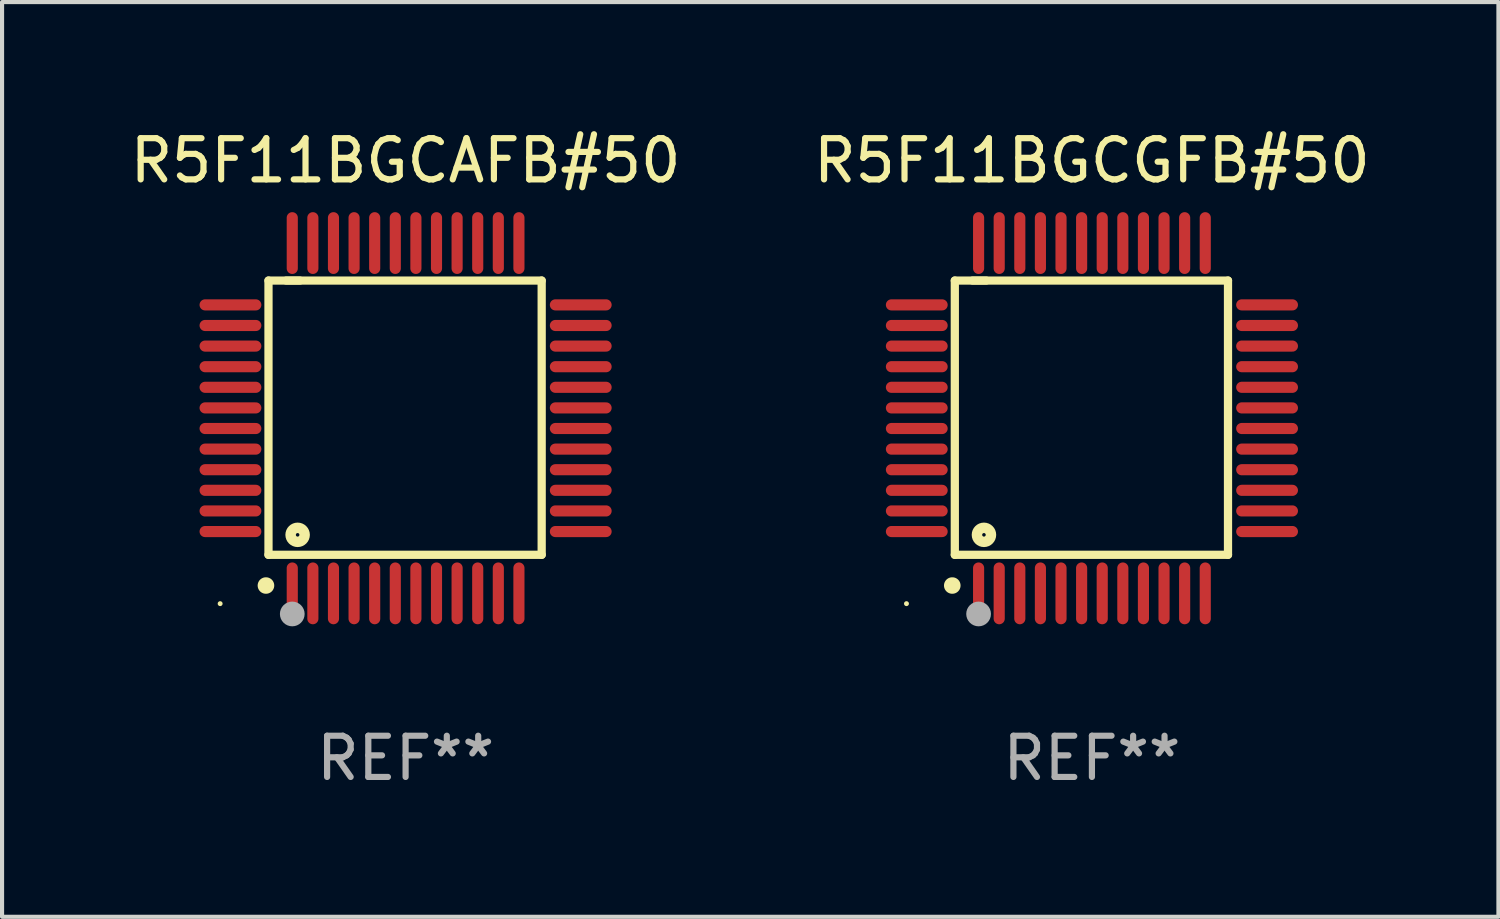
<source format=kicad_pcb>
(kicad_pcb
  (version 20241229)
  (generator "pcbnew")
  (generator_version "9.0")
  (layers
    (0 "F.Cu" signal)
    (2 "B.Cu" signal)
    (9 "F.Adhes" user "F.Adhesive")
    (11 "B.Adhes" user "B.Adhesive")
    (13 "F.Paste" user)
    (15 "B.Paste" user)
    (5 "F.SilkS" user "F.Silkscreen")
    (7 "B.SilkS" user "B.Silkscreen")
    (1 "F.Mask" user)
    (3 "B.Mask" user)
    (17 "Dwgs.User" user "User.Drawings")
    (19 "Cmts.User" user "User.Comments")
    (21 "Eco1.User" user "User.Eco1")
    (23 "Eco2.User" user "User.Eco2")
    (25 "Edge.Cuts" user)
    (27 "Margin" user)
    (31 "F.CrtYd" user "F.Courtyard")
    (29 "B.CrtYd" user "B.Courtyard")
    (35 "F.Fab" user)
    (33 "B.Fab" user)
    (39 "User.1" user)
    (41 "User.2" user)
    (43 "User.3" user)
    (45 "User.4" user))
  (footprint "R5F11BGCGFB#50"
    (layer "F.Cu")
    (at 23.446 7.098)
    (property "Reference" "R5F11BGCGFB#50" (at 0 -6.25 0) (layer "F.SilkS") (effects (font (size 1 1) (thickness 0.15))))
    (attr through_hole)
    (fp_line (start -3.327 -3.34) (end -2.565 -3.34) (stroke (width 0.2) (type solid)) (layer "F.SilkS"))
    (fp_line (start -3.327 3.315) (end -3.327 -3.34) (stroke (width 0.2) (type solid)) (layer "F.SilkS"))
    (fp_line (start -2.896 -3.34) (end 3.302 -3.34) (stroke (width 0.2) (type solid)) (layer "F.SilkS"))
    (fp_line (start 3.302 -3.34) (end 3.302 3.315) (stroke (width 0.2) (type solid)) (layer "F.SilkS"))
    (fp_line (start 3.302 3.315) (end -3.327 3.315) (stroke (width 0.2) (type solid)) (layer "F.SilkS"))
    (fp_arc (start -3.389992 4.059995) (mid -3.388722 4.059991) (end -3.387452 4.059995) (stroke (width 0.4) (type solid)) (layer "F.SilkS"))
    (fp_circle (center -4.5 4.5) (end -4.47 4.5) (stroke (width 0.06) (type solid)) (fill no) (layer "F.SilkS"))
    (fp_circle (center -2.62 2.83) (end -2.45 2.83) (stroke (width 0.254) (type solid)) (fill no) (layer "F.SilkS"))
    (fp_circle (center -2.75 4.75) (end -2.6 4.75) (stroke (width 0.3) (type solid)) (fill no) (layer "F.Fab"))
    (fp_text user "REF**" (at 0 8.25 0) (layer "F.Fab") (effects (font (size 1 1) (thickness 0.15))))
    (pad "1" smd oval (at -2.75 4.25) (size 0.27 1.5) (layers "F.Cu" "F.Mask" "F.Paste"))
    (pad "2" smd oval (at -2.25 4.25) (size 0.27 1.5) (layers "F.Cu" "F.Mask" "F.Paste"))
    (pad "3" smd oval (at -1.75 4.25) (size 0.27 1.5) (layers "F.Cu" "F.Mask" "F.Paste"))
    (pad "4" smd oval (at -1.25 4.25) (size 0.27 1.5) (layers "F.Cu" "F.Mask" "F.Paste"))
    (pad "5" smd oval (at -0.75 4.25) (size 0.27 1.5) (layers "F.Cu" "F.Mask" "F.Paste"))
    (pad "6" smd oval (at -0.25 4.25) (size 0.27 1.5) (layers "F.Cu" "F.Mask" "F.Paste"))
    (pad "7" smd oval (at 0.25 4.25) (size 0.27 1.5) (layers "F.Cu" "F.Mask" "F.Paste"))
    (pad "8" smd oval (at 0.75 4.25) (size 0.27 1.5) (layers "F.Cu" "F.Mask" "F.Paste"))
    (pad "9" smd oval (at 1.25 4.25) (size 0.27 1.5) (layers "F.Cu" "F.Mask" "F.Paste"))
    (pad "10" smd oval (at 1.75 4.25) (size 0.27 1.5) (layers "F.Cu" "F.Mask" "F.Paste"))
    (pad "11" smd oval (at 2.25 4.25) (size 0.27 1.5) (layers "F.Cu" "F.Mask" "F.Paste"))
    (pad "12" smd oval (at 2.75 4.25) (size 0.27 1.5) (layers "F.Cu" "F.Mask" "F.Paste"))
    (pad "13" smd oval (at 4.25 2.75) (size 1.5 0.27) (layers "F.Cu" "F.Mask" "F.Paste"))
    (pad "14" smd oval (at 4.25 2.25) (size 1.5 0.27) (layers "F.Cu" "F.Mask" "F.Paste"))
    (pad "15" smd oval (at 4.25 1.75) (size 1.5 0.27) (layers "F.Cu" "F.Mask" "F.Paste"))
    (pad "16" smd oval (at 4.25 1.25) (size 1.5 0.27) (layers "F.Cu" "F.Mask" "F.Paste"))
    (pad "17" smd oval (at 4.25 0.75) (size 1.5 0.27) (layers "F.Cu" "F.Mask" "F.Paste"))
    (pad "18" smd oval (at 4.25 0.25) (size 1.5 0.27) (layers "F.Cu" "F.Mask" "F.Paste"))
    (pad "19" smd oval (at 4.25 -0.25) (size 1.5 0.27) (layers "F.Cu" "F.Mask" "F.Paste"))
    (pad "20" smd oval (at 4.25 -0.75) (size 1.5 0.27) (layers "F.Cu" "F.Mask" "F.Paste"))
    (pad "21" smd oval (at 4.25 -1.25) (size 1.5 0.27) (layers "F.Cu" "F.Mask" "F.Paste"))
    (pad "22" smd oval (at 4.25 -1.75) (size 1.5 0.27) (layers "F.Cu" "F.Mask" "F.Paste"))
    (pad "23" smd oval (at 4.25 -2.25) (size 1.5 0.27) (layers "F.Cu" "F.Mask" "F.Paste"))
    (pad "24" smd oval (at 4.25 -2.75) (size 1.5 0.27) (layers "F.Cu" "F.Mask" "F.Paste"))
    (pad "25" smd oval (at 2.75 -4.25) (size 0.27 1.5) (layers "F.Cu" "F.Mask" "F.Paste"))
    (pad "26" smd oval (at 2.25 -4.25) (size 0.27 1.5) (layers "F.Cu" "F.Mask" "F.Paste"))
    (pad "27" smd oval (at 1.75 -4.25) (size 0.27 1.5) (layers "F.Cu" "F.Mask" "F.Paste"))
    (pad "28" smd oval (at 1.25 -4.25) (size 0.27 1.5) (layers "F.Cu" "F.Mask" "F.Paste"))
    (pad "29" smd oval (at 0.75 -4.25) (size 0.27 1.5) (layers "F.Cu" "F.Mask" "F.Paste"))
    (pad "30" smd oval (at 0.25 -4.25) (size 0.27 1.5) (layers "F.Cu" "F.Mask" "F.Paste"))
    (pad "31" smd oval (at -0.25 -4.25) (size 0.27 1.5) (layers "F.Cu" "F.Mask" "F.Paste"))
    (pad "32" smd oval (at -0.75 -4.25) (size 0.27 1.5) (layers "F.Cu" "F.Mask" "F.Paste"))
    (pad "33" smd oval (at -1.25 -4.25) (size 0.27 1.5) (layers "F.Cu" "F.Mask" "F.Paste"))
    (pad "34" smd oval (at -1.75 -4.25) (size 0.27 1.5) (layers "F.Cu" "F.Mask" "F.Paste"))
    (pad "35" smd oval (at -2.25 -4.25) (size 0.27 1.5) (layers "F.Cu" "F.Mask" "F.Paste"))
    (pad "36" smd oval (at -2.75 -4.25) (size 0.27 1.5) (layers "F.Cu" "F.Mask" "F.Paste"))
    (pad "37" smd oval (at -4.25 -2.75) (size 1.5 0.27) (layers "F.Cu" "F.Mask" "F.Paste"))
    (pad "38" smd oval (at -4.25 -2.25) (size 1.5 0.27) (layers "F.Cu" "F.Mask" "F.Paste"))
    (pad "39" smd oval (at -4.25 -1.75) (size 1.5 0.27) (layers "F.Cu" "F.Mask" "F.Paste"))
    (pad "40" smd oval (at -4.25 -1.25) (size 1.5 0.27) (layers "F.Cu" "F.Mask" "F.Paste"))
    (pad "41" smd oval (at -4.25 -0.75) (size 1.5 0.27) (layers "F.Cu" "F.Mask" "F.Paste"))
    (pad "42" smd oval (at -4.25 -0.25) (size 1.5 0.27) (layers "F.Cu" "F.Mask" "F.Paste"))
    (pad "43" smd oval (at -4.25 0.25) (size 1.5 0.27) (layers "F.Cu" "F.Mask" "F.Paste"))
    (pad "44" smd oval (at -4.25 0.75) (size 1.5 0.27) (layers "F.Cu" "F.Mask" "F.Paste"))
    (pad "45" smd oval (at -4.25 1.25) (size 1.5 0.27) (layers "F.Cu" "F.Mask" "F.Paste"))
    (pad "46" smd oval (at -4.25 1.75) (size 1.5 0.27) (layers "F.Cu" "F.Mask" "F.Paste"))
    (pad "47" smd oval (at -4.25 2.25) (size 1.5 0.27) (layers "F.Cu" "F.Mask" "F.Paste"))
    (pad "48" smd oval (at -4.25 2.75) (size 1.5 0.27) (layers "F.Cu" "F.Mask" "F.Paste")))
  (footprint "R5F11BGCAFB#50"
    (layer "F.Cu")
    (at 6.792 7.098)
    (property "Reference" "R5F11BGCAFB#50" (at 0 -6.25 0) (layer "F.SilkS") (effects (font (size 1 1) (thickness 0.15))))
    (attr through_hole)
    (fp_line (start -3.327 -3.34) (end -2.565 -3.34) (stroke (width 0.2) (type solid)) (layer "F.SilkS"))
    (fp_line (start -3.327 3.315) (end -3.327 -3.34) (stroke (width 0.2) (type solid)) (layer "F.SilkS"))
    (fp_line (start -2.896 -3.34) (end 3.302 -3.34) (stroke (width 0.2) (type solid)) (layer "F.SilkS"))
    (fp_line (start 3.302 -3.34) (end 3.302 3.315) (stroke (width 0.2) (type solid)) (layer "F.SilkS"))
    (fp_line (start 3.302 3.315) (end -3.327 3.315) (stroke (width 0.2) (type solid)) (layer "F.SilkS"))
    (fp_arc (start -3.389992 4.059995) (mid -3.388722 4.059991) (end -3.387452 4.059995) (stroke (width 0.4) (type solid)) (layer "F.SilkS"))
    (fp_circle (center -4.5 4.5) (end -4.47 4.5) (stroke (width 0.06) (type solid)) (fill no) (layer "F.SilkS"))
    (fp_circle (center -2.62 2.83) (end -2.45 2.83) (stroke (width 0.254) (type solid)) (fill no) (layer "F.SilkS"))
    (fp_circle (center -2.75 4.75) (end -2.6 4.75) (stroke (width 0.3) (type solid)) (fill no) (layer "F.Fab"))
    (fp_text user "REF**" (at 0 8.25 0) (layer "F.Fab") (effects (font (size 1 1) (thickness 0.15))))
    (pad "1" smd oval (at -2.75 4.25) (size 0.27 1.5) (layers "F.Cu" "F.Mask" "F.Paste"))
    (pad "2" smd oval (at -2.25 4.25) (size 0.27 1.5) (layers "F.Cu" "F.Mask" "F.Paste"))
    (pad "3" smd oval (at -1.75 4.25) (size 0.27 1.5) (layers "F.Cu" "F.Mask" "F.Paste"))
    (pad "4" smd oval (at -1.25 4.25) (size 0.27 1.5) (layers "F.Cu" "F.Mask" "F.Paste"))
    (pad "5" smd oval (at -0.75 4.25) (size 0.27 1.5) (layers "F.Cu" "F.Mask" "F.Paste"))
    (pad "6" smd oval (at -0.25 4.25) (size 0.27 1.5) (layers "F.Cu" "F.Mask" "F.Paste"))
    (pad "7" smd oval (at 0.25 4.25) (size 0.27 1.5) (layers "F.Cu" "F.Mask" "F.Paste"))
    (pad "8" smd oval (at 0.75 4.25) (size 0.27 1.5) (layers "F.Cu" "F.Mask" "F.Paste"))
    (pad "9" smd oval (at 1.25 4.25) (size 0.27 1.5) (layers "F.Cu" "F.Mask" "F.Paste"))
    (pad "10" smd oval (at 1.75 4.25) (size 0.27 1.5) (layers "F.Cu" "F.Mask" "F.Paste"))
    (pad "11" smd oval (at 2.25 4.25) (size 0.27 1.5) (layers "F.Cu" "F.Mask" "F.Paste"))
    (pad "12" smd oval (at 2.75 4.25) (size 0.27 1.5) (layers "F.Cu" "F.Mask" "F.Paste"))
    (pad "13" smd oval (at 4.25 2.75) (size 1.5 0.27) (layers "F.Cu" "F.Mask" "F.Paste"))
    (pad "14" smd oval (at 4.25 2.25) (size 1.5 0.27) (layers "F.Cu" "F.Mask" "F.Paste"))
    (pad "15" smd oval (at 4.25 1.75) (size 1.5 0.27) (layers "F.Cu" "F.Mask" "F.Paste"))
    (pad "16" smd oval (at 4.25 1.25) (size 1.5 0.27) (layers "F.Cu" "F.Mask" "F.Paste"))
    (pad "17" smd oval (at 4.25 0.75) (size 1.5 0.27) (layers "F.Cu" "F.Mask" "F.Paste"))
    (pad "18" smd oval (at 4.25 0.25) (size 1.5 0.27) (layers "F.Cu" "F.Mask" "F.Paste"))
    (pad "19" smd oval (at 4.25 -0.25) (size 1.5 0.27) (layers "F.Cu" "F.Mask" "F.Paste"))
    (pad "20" smd oval (at 4.25 -0.75) (size 1.5 0.27) (layers "F.Cu" "F.Mask" "F.Paste"))
    (pad "21" smd oval (at 4.25 -1.25) (size 1.5 0.27) (layers "F.Cu" "F.Mask" "F.Paste"))
    (pad "22" smd oval (at 4.25 -1.75) (size 1.5 0.27) (layers "F.Cu" "F.Mask" "F.Paste"))
    (pad "23" smd oval (at 4.25 -2.25) (size 1.5 0.27) (layers "F.Cu" "F.Mask" "F.Paste"))
    (pad "24" smd oval (at 4.25 -2.75) (size 1.5 0.27) (layers "F.Cu" "F.Mask" "F.Paste"))
    (pad "25" smd oval (at 2.75 -4.25) (size 0.27 1.5) (layers "F.Cu" "F.Mask" "F.Paste"))
    (pad "26" smd oval (at 2.25 -4.25) (size 0.27 1.5) (layers "F.Cu" "F.Mask" "F.Paste"))
    (pad "27" smd oval (at 1.75 -4.25) (size 0.27 1.5) (layers "F.Cu" "F.Mask" "F.Paste"))
    (pad "28" smd oval (at 1.25 -4.25) (size 0.27 1.5) (layers "F.Cu" "F.Mask" "F.Paste"))
    (pad "29" smd oval (at 0.75 -4.25) (size 0.27 1.5) (layers "F.Cu" "F.Mask" "F.Paste"))
    (pad "30" smd oval (at 0.25 -4.25) (size 0.27 1.5) (layers "F.Cu" "F.Mask" "F.Paste"))
    (pad "31" smd oval (at -0.25 -4.25) (size 0.27 1.5) (layers "F.Cu" "F.Mask" "F.Paste"))
    (pad "32" smd oval (at -0.75 -4.25) (size 0.27 1.5) (layers "F.Cu" "F.Mask" "F.Paste"))
    (pad "33" smd oval (at -1.25 -4.25) (size 0.27 1.5) (layers "F.Cu" "F.Mask" "F.Paste"))
    (pad "34" smd oval (at -1.75 -4.25) (size 0.27 1.5) (layers "F.Cu" "F.Mask" "F.Paste"))
    (pad "35" smd oval (at -2.25 -4.25) (size 0.27 1.5) (layers "F.Cu" "F.Mask" "F.Paste"))
    (pad "36" smd oval (at -2.75 -4.25) (size 0.27 1.5) (layers "F.Cu" "F.Mask" "F.Paste"))
    (pad "37" smd oval (at -4.25 -2.75) (size 1.5 0.27) (layers "F.Cu" "F.Mask" "F.Paste"))
    (pad "38" smd oval (at -4.25 -2.25) (size 1.5 0.27) (layers "F.Cu" "F.Mask" "F.Paste"))
    (pad "39" smd oval (at -4.25 -1.75) (size 1.5 0.27) (layers "F.Cu" "F.Mask" "F.Paste"))
    (pad "40" smd oval (at -4.25 -1.25) (size 1.5 0.27) (layers "F.Cu" "F.Mask" "F.Paste"))
    (pad "41" smd oval (at -4.25 -0.75) (size 1.5 0.27) (layers "F.Cu" "F.Mask" "F.Paste"))
    (pad "42" smd oval (at -4.25 -0.25) (size 1.5 0.27) (layers "F.Cu" "F.Mask" "F.Paste"))
    (pad "43" smd oval (at -4.25 0.25) (size 1.5 0.27) (layers "F.Cu" "F.Mask" "F.Paste"))
    (pad "44" smd oval (at -4.25 0.75) (size 1.5 0.27) (layers "F.Cu" "F.Mask" "F.Paste"))
    (pad "45" smd oval (at -4.25 1.25) (size 1.5 0.27) (layers "F.Cu" "F.Mask" "F.Paste"))
    (pad "46" smd oval (at -4.25 1.75) (size 1.5 0.27) (layers "F.Cu" "F.Mask" "F.Paste"))
    (pad "47" smd oval (at -4.25 2.25) (size 1.5 0.27) (layers "F.Cu" "F.Mask" "F.Paste"))
    (pad "48" smd oval (at -4.25 2.75) (size 1.5 0.27) (layers "F.Cu" "F.Mask" "F.Paste")))
  (gr_rect
    (start -3 -3)
    (end 33.31 19.196)
    (stroke (width 0.1) (type default))
    (fill no)
    (layer "Edge.Cuts")))
</source>
